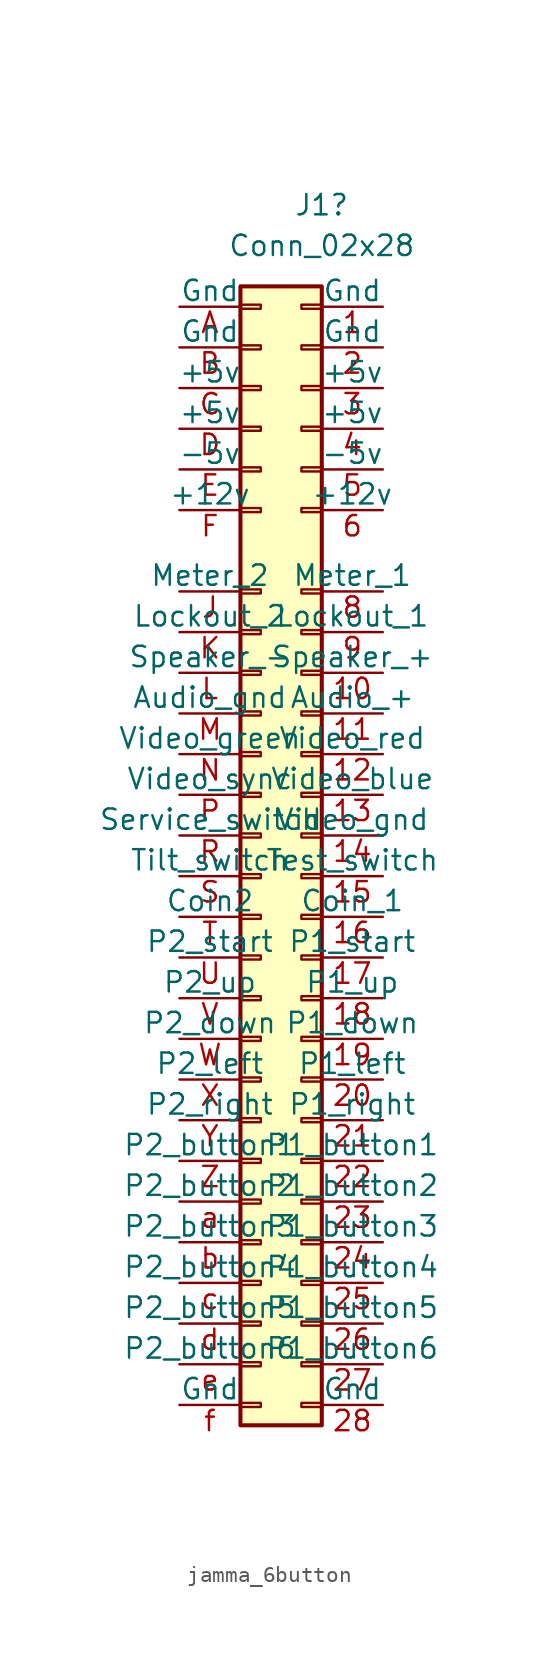
<source format=kicad_sym>
(kicad_symbol_lib
  (version 20231120)
  (generator "kicad_symbol_editor")
  (generator_version "8.0")
  (symbol "jamma_6button"
    (pin_names
      (offset 0))
    (property "Reference" "J1"
      (at 2.54 39.37 0)
      (effects (font (size 1.27 1.27))))
    (property "Value" "Conn_02x28"
      (at 2.54 36.83 0)
      (effects (font (size 1.27 1.27))))
    (symbol "jamma_6button_1_1"
      (rectangle (start -2.54 -35.433) (end -1.27 -35.687) (stroke (width 0.152) (type default)) (fill (type none)))
      (rectangle (start -2.54 -32.893) (end -1.27 -33.147) (stroke (width 0.152) (type default)) (fill (type none)))
      (rectangle (start -2.54 -30.353) (end -1.27 -30.607) (stroke (width 0.152) (type default)) (fill (type none)))
      (rectangle (start -2.54 -27.813) (end -1.27 -28.067) (stroke (width 0.152) (type default)) (fill (type none)))
      (rectangle (start -2.54 -25.273) (end -1.27 -25.527) (stroke (width 0.152) (type default)) (fill (type none)))
      (rectangle (start -2.54 -22.733) (end -1.27 -22.987) (stroke (width 0.152) (type default)) (fill (type none)))
      (rectangle (start -2.54 -20.193) (end -1.27 -20.447) (stroke (width 0.152) (type default)) (fill (type none)))
      (rectangle (start -2.54 -17.653) (end -1.27 -17.907) (stroke (width 0.152) (type default)) (fill (type none)))
      (rectangle (start -2.54 -15.113) (end -1.27 -15.367) (stroke (width 0.152) (type default)) (fill (type none)))
      (rectangle (start -2.54 -12.573) (end -1.27 -12.827) (stroke (width 0.152) (type default)) (fill (type none)))
      (rectangle (start -2.54 -10.033) (end -1.27 -10.287) (stroke (width 0.152) (type default)) (fill (type none)))
      (rectangle (start -2.54 -7.493) (end -1.27 -7.747) (stroke (width 0.152) (type default)) (fill (type none)))
      (rectangle (start -2.54 -4.953) (end -1.27 -5.207) (stroke (width 0.152) (type default)) (fill (type none)))
      (rectangle (start -2.54 -2.413) (end -1.27 -2.667) (stroke (width 0.152) (type default)) (fill (type none)))
      (rectangle (start -2.54 0.127) (end -1.27 -0.127) (stroke (width 0.152) (type default)) (fill (type none)))
      (rectangle (start -2.54 2.667) (end -1.27 2.413) (stroke (width 0.152) (type default)) (fill (type none)))
      (rectangle (start -2.54 5.207) (end -1.27 4.953) (stroke (width 0.152) (type default)) (fill (type none)))
      (rectangle (start -2.54 7.747) (end -1.27 7.493) (stroke (width 0.152) (type default)) (fill (type none)))
      (rectangle (start -2.54 10.287) (end -1.27 10.033) (stroke (width 0.152) (type default)) (fill (type none)))
      (rectangle (start -2.54 12.827) (end -1.27 12.573) (stroke (width 0.152) (type default)) (fill (type none)))
      (rectangle (start -2.54 15.367) (end -1.27 15.113) (stroke (width 0.152) (type default)) (fill (type none)))
      (rectangle (start -2.54 20.447) (end -1.27 20.193) (stroke (width 0.152) (type default)) (fill (type none)))
      (rectangle (start -2.54 22.987) (end -1.27 22.733) (stroke (width 0.152) (type default)) (fill (type none)))
      (rectangle (start -2.54 25.527) (end -1.27 25.273) (stroke (width 0.152) (type default)) (fill (type none)))
      (rectangle (start -2.54 28.067) (end -1.27 27.813) (stroke (width 0.152) (type default)) (fill (type none)))
      (rectangle (start -2.54 30.607) (end -1.27 30.353) (stroke (width 0.152) (type default)) (fill (type none)))
      (rectangle (start -2.54 33.147) (end -1.27 32.893) (stroke (width 0.152) (type default)) (fill (type none)))
      (rectangle (start 2.54 -35.433) (end 1.27 -35.687) (stroke (width 0.152) (type default)) (fill (type none)))
      (rectangle (start 2.54 -32.893) (end 1.27 -33.147) (stroke (width 0.152) (type default)) (fill (type none)))
      (rectangle (start 2.54 -30.353) (end 1.27 -30.607) (stroke (width 0.152) (type default)) (fill (type none)))
      (rectangle (start 2.54 -27.813) (end 1.27 -28.067) (stroke (width 0.152) (type default)) (fill (type none)))
      (rectangle (start 2.54 -25.273) (end 1.27 -25.527) (stroke (width 0.152) (type default)) (fill (type none)))
      (rectangle (start 2.54 -22.733) (end 1.27 -22.987) (stroke (width 0.152) (type default)) (fill (type none)))
      (rectangle (start 2.54 -20.193) (end 1.27 -20.447) (stroke (width 0.152) (type default)) (fill (type none)))
      (rectangle (start 2.54 -17.653) (end 1.27 -17.907) (stroke (width 0.152) (type default)) (fill (type none)))
      (rectangle (start 2.54 -15.113) (end 1.27 -15.367) (stroke (width 0.152) (type default)) (fill (type none)))
      (rectangle (start 2.54 -12.573) (end 1.27 -12.827) (stroke (width 0.152) (type default)) (fill (type none)))
      (rectangle (start 2.54 -10.033) (end 1.27 -10.287) (stroke (width 0.152) (type default)) (fill (type none)))
      (rectangle (start 2.54 -7.493) (end 1.27 -7.747) (stroke (width 0.152) (type default)) (fill (type none)))
      (rectangle (start 2.54 -4.953) (end 1.27 -5.207) (stroke (width 0.152) (type default)) (fill (type none)))
      (rectangle (start 2.54 -2.413) (end 1.27 -2.667) (stroke (width 0.152) (type default)) (fill (type none)))
      (rectangle (start 2.54 0.127) (end 1.27 -0.127) (stroke (width 0.152) (type default)) (fill (type none)))
      (rectangle (start 2.54 2.667) (end 1.27 2.413) (stroke (width 0.152) (type default)) (fill (type none)))
      (rectangle (start 2.54 5.207) (end 1.27 4.953) (stroke (width 0.152) (type default)) (fill (type none)))
      (rectangle (start 2.54 7.747) (end 1.27 7.493) (stroke (width 0.152) (type default)) (fill (type none)))
      (rectangle (start 2.54 10.287) (end 1.27 10.033) (stroke (width 0.152) (type default)) (fill (type none)))
      (rectangle (start 2.54 12.827) (end 1.27 12.573) (stroke (width 0.152) (type default)) (fill (type none)))
      (rectangle (start 2.54 15.367) (end 1.27 15.113) (stroke (width 0.152) (type default)) (fill (type none)))
      (rectangle (start 2.54 20.447) (end 1.27 20.193) (stroke (width 0.152) (type default)) (fill (type none)))
      (rectangle (start 2.54 22.987) (end 1.27 22.733) (stroke (width 0.152) (type default)) (fill (type none)))
      (rectangle (start 2.54 25.527) (end 1.27 25.273) (stroke (width 0.152) (type default)) (fill (type none)))
      (rectangle (start 2.54 28.067) (end 1.27 27.813) (stroke (width 0.152) (type default)) (fill (type none)))
      (rectangle (start 2.54 30.607) (end 1.27 30.353) (stroke (width 0.152) (type default)) (fill (type none)))
      (rectangle (start 2.54 33.147) (end 1.27 32.893) (stroke (width 0.152) (type default)) (fill (type none)))
      (rectangle (start 2.54 34.29) (end -2.54 -36.83) (stroke (width 0.254) (type default)) (fill (type background)))
      (pin passive line (at 6.35 33.02 180) (length 3.81) (name "Gnd" (effects (font (size 1.27 1.27)))) (number "1" (effects (font (size 1.27 1.27)))))
      (pin passive line (at 6.35 10.16 180) (length 3.81) (name "Speaker_+" (effects (font (size 1.27 1.27)))) (number "10" (effects (font (size 1.27 1.27)))))
      (pin passive line (at 6.35 7.62 180) (length 3.81) (name "Audio_+" (effects (font (size 1.27 1.27)))) (number "11" (effects (font (size 1.27 1.27)))))
      (pin passive line (at 6.35 5.08 180) (length 3.81) (name "Video_red" (effects (font (size 1.27 1.27)))) (number "12" (effects (font (size 1.27 1.27)))))
      (pin passive line (at 6.35 2.54 180) (length 3.81) (name "Video_blue" (effects (font (size 1.27 1.27)))) (number "13" (effects (font (size 1.27 1.27)))))
      (pin passive line (at 6.35 0 180) (length 3.81) (name "Video_gnd" (effects (font (size 1.27 1.27)))) (number "14" (effects (font (size 1.27 1.27)))))
      (pin passive line (at 6.35 -2.54 180) (length 3.81) (name "Test_switch" (effects (font (size 1.27 1.27)))) (number "15" (effects (font (size 1.27 1.27)))))
      (pin passive line (at 6.35 -5.08 180) (length 3.81) (name "Coin_1" (effects (font (size 1.27 1.27)))) (number "16" (effects (font (size 1.27 1.27)))))
      (pin passive line (at 6.35 -7.62 180) (length 3.81) (name "P1_start" (effects (font (size 1.27 1.27)))) (number "17" (effects (font (size 1.27 1.27)))))
      (pin passive line (at 6.35 -10.16 180) (length 3.81) (name "P1_up" (effects (font (size 1.27 1.27)))) (number "18" (effects (font (size 1.27 1.27)))))
      (pin passive line (at 6.35 -12.7 180) (length 3.81) (name "P1_down" (effects (font (size 1.27 1.27)))) (number "19" (effects (font (size 1.27 1.27)))))
      (pin passive line (at 6.35 30.48 180) (length 3.81) (name "Gnd" (effects (font (size 1.27 1.27)))) (number "2" (effects (font (size 1.27 1.27)))))
      (pin passive line (at 6.35 -15.24 180) (length 3.81) (name "P1_left" (effects (font (size 1.27 1.27)))) (number "20" (effects (font (size 1.27 1.27)))))
      (pin passive line (at 6.35 -17.78 180) (length 3.81) (name "P1_right" (effects (font (size 1.27 1.27)))) (number "21" (effects (font (size 1.27 1.27)))))
      (pin passive line (at 6.35 -20.32 180) (length 3.81) (name "P1_button1" (effects (font (size 1.27 1.27)))) (number "22" (effects (font (size 1.27 1.27)))))
      (pin passive line (at 6.35 -22.86 180) (length 3.81) (name "P1_button2" (effects (font (size 1.27 1.27)))) (number "23" (effects (font (size 1.27 1.27)))))
      (pin passive line (at 6.35 -25.4 180) (length 3.81) (name "P1_button3" (effects (font (size 1.27 1.27)))) (number "24" (effects (font (size 1.27 1.27)))))
      (pin passive line (at 6.35 -27.94 180) (length 3.81) (name "P1_button4" (effects (font (size 1.27 1.27)))) (number "25" (effects (font (size 1.27 1.27)))))
      (pin passive line (at 6.35 -30.48 180) (length 3.81) (name "P1_button5" (effects (font (size 1.27 1.27)))) (number "26" (effects (font (size 1.27 1.27)))))
      (pin passive line (at 6.35 -33.02 180) (length 3.81) (name "P1_button6" (effects (font (size 1.27 1.27)))) (number "27" (effects (font (size 1.27 1.27)))))
      (pin passive line (at 6.35 -35.56 180) (length 3.81) (name "Gnd" (effects (font (size 1.27 1.27)))) (number "28" (effects (font (size 1.27 1.27)))))
      (pin passive line (at 6.35 27.94 180) (length 3.81) (name "+5v" (effects (font (size 1.27 1.27)))) (number "3" (effects (font (size 1.27 1.27)))))
      (pin passive line (at 6.35 25.4 180) (length 3.81) (name "+5v" (effects (font (size 1.27 1.27)))) (number "4" (effects (font (size 1.27 1.27)))))
      (pin passive line (at 6.35 22.86 180) (length 3.81) (name "-5v" (effects (font (size 1.27 1.27)))) (number "5" (effects (font (size 1.27 1.27)))))
      (pin passive line (at 6.35 20.32 180) (length 3.81) (name "+12v" (effects (font (size 1.27 1.27)))) (number "6" (effects (font (size 1.27 1.27)))))
      (pin passive line (at 6.35 15.24 180) (length 3.81) (name "Meter_1" (effects (font (size 1.27 1.27)))) (number "8" (effects (font (size 1.27 1.27)))))
      (pin passive line (at 6.35 12.7 180) (length 3.81) (name "Lockout_1" (effects (font (size 1.27 1.27)))) (number "9" (effects (font (size 1.27 1.27)))))
      (pin passive line (at -6.35 33.02 0) (length 3.81) (name "Gnd" (effects (font (size 1.27 1.27)))) (number "A" (effects (font (size 1.27 1.27)))))
      (pin passive line (at -6.35 30.48 0) (length 3.81) (name "Gnd" (effects (font (size 1.27 1.27)))) (number "B" (effects (font (size 1.27 1.27)))))
      (pin passive line (at -6.35 27.94 0) (length 3.81) (name "+5v" (effects (font (size 1.27 1.27)))) (number "C" (effects (font (size 1.27 1.27)))))
      (pin passive line (at -6.35 25.4 0) (length 3.81) (name "+5v" (effects (font (size 1.27 1.27)))) (number "D" (effects (font (size 1.27 1.27)))))
      (pin passive line (at -6.35 22.86 0) (length 3.81) (name "-5v" (effects (font (size 1.27 1.27)))) (number "E" (effects (font (size 1.27 1.27)))))
      (pin passive line (at -6.35 20.32 0) (length 3.81) (name "+12v" (effects (font (size 1.27 1.27)))) (number "F" (effects (font (size 1.27 1.27)))))
      (pin passive line (at -6.35 15.24 0) (length 3.81) (name "Meter_2" (effects (font (size 1.27 1.27)))) (number "J" (effects (font (size 1.27 1.27)))))
      (pin passive line (at -6.35 12.7 0) (length 3.81) (name "Lockout_2" (effects (font (size 1.27 1.27)))) (number "K" (effects (font (size 1.27 1.27)))))
      (pin passive line (at -6.35 10.16 0) (length 3.81) (name "Speaker_-" (effects (font (size 1.27 1.27)))) (number "L" (effects (font (size 1.27 1.27)))))
      (pin passive line (at -6.35 7.62 0) (length 3.81) (name "Audio_gnd" (effects (font (size 1.27 1.27)))) (number "M" (effects (font (size 1.27 1.27)))))
      (pin passive line (at -6.35 5.08 0) (length 3.81) (name "Video_green" (effects (font (size 1.27 1.27)))) (number "N" (effects (font (size 1.27 1.27)))))
      (pin passive line (at -6.35 2.54 0) (length 3.81) (name "Video_sync" (effects (font (size 1.27 1.27)))) (number "P" (effects (font (size 1.27 1.27)))))
      (pin passive line (at -6.35 0 0) (length 3.81) (name "Service_switch" (effects (font (size 1.27 1.27)))) (number "R" (effects (font (size 1.27 1.27)))))
      (pin passive line (at -6.35 -2.54 0) (length 3.81) (name "Tilt_switch" (effects (font (size 1.27 1.27)))) (number "S" (effects (font (size 1.27 1.27)))))
      (pin passive line (at -6.35 -5.08 0) (length 3.81) (name "Coin2" (effects (font (size 1.27 1.27)))) (number "T" (effects (font (size 1.27 1.27)))))
      (pin passive line (at -6.35 -7.62 0) (length 3.81) (name "P2_start" (effects (font (size 1.27 1.27)))) (number "U" (effects (font (size 1.27 1.27)))))
      (pin passive line (at -6.35 -10.16 0) (length 3.81) (name "P2_up" (effects (font (size 1.27 1.27)))) (number "V" (effects (font (size 1.27 1.27)))))
      (pin passive line (at -6.35 -12.7 0) (length 3.81) (name "P2_down" (effects (font (size 1.27 1.27)))) (number "W" (effects (font (size 1.27 1.27)))))
      (pin passive line (at -6.35 -15.24 0) (length 3.81) (name "P2_left" (effects (font (size 1.27 1.27)))) (number "X" (effects (font (size 1.27 1.27)))))
      (pin passive line (at -6.35 -17.78 0) (length 3.81) (name "P2_right" (effects (font (size 1.27 1.27)))) (number "Y" (effects (font (size 1.27 1.27)))))
      (pin passive line (at -6.35 -20.32 0) (length 3.81) (name "P2_button1" (effects (font (size 1.27 1.27)))) (number "Z" (effects (font (size 1.27 1.27)))))
      (pin passive line (at -6.35 -22.86 0) (length 3.81) (name "P2_button2" (effects (font (size 1.27 1.27)))) (number "a" (effects (font (size 1.27 1.27)))))
      (pin passive line (at -6.35 -25.4 0) (length 3.81) (name "P2_button3" (effects (font (size 1.27 1.27)))) (number "b" (effects (font (size 1.27 1.27)))))
      (pin passive line (at -6.35 -27.94 0) (length 3.81) (name "P2_button4" (effects (font (size 1.27 1.27)))) (number "c" (effects (font (size 1.27 1.27)))))
      (pin passive line (at -6.35 -30.48 0) (length 3.81) (name "P2_button5" (effects (font (size 1.27 1.27)))) (number "d" (effects (font (size 1.27 1.27)))))
      (pin passive line (at -6.35 -33.02 0) (length 3.81) (name "P2_button6" (effects (font (size 1.27 1.27)))) (number "e" (effects (font (size 1.27 1.27)))))
      (pin passive line (at -6.35 -35.56 0) (length 3.81) (name "Gnd" (effects (font (size 1.27 1.27)))) (number "f" (effects (font (size 1.27 1.27))))))))
</source>
